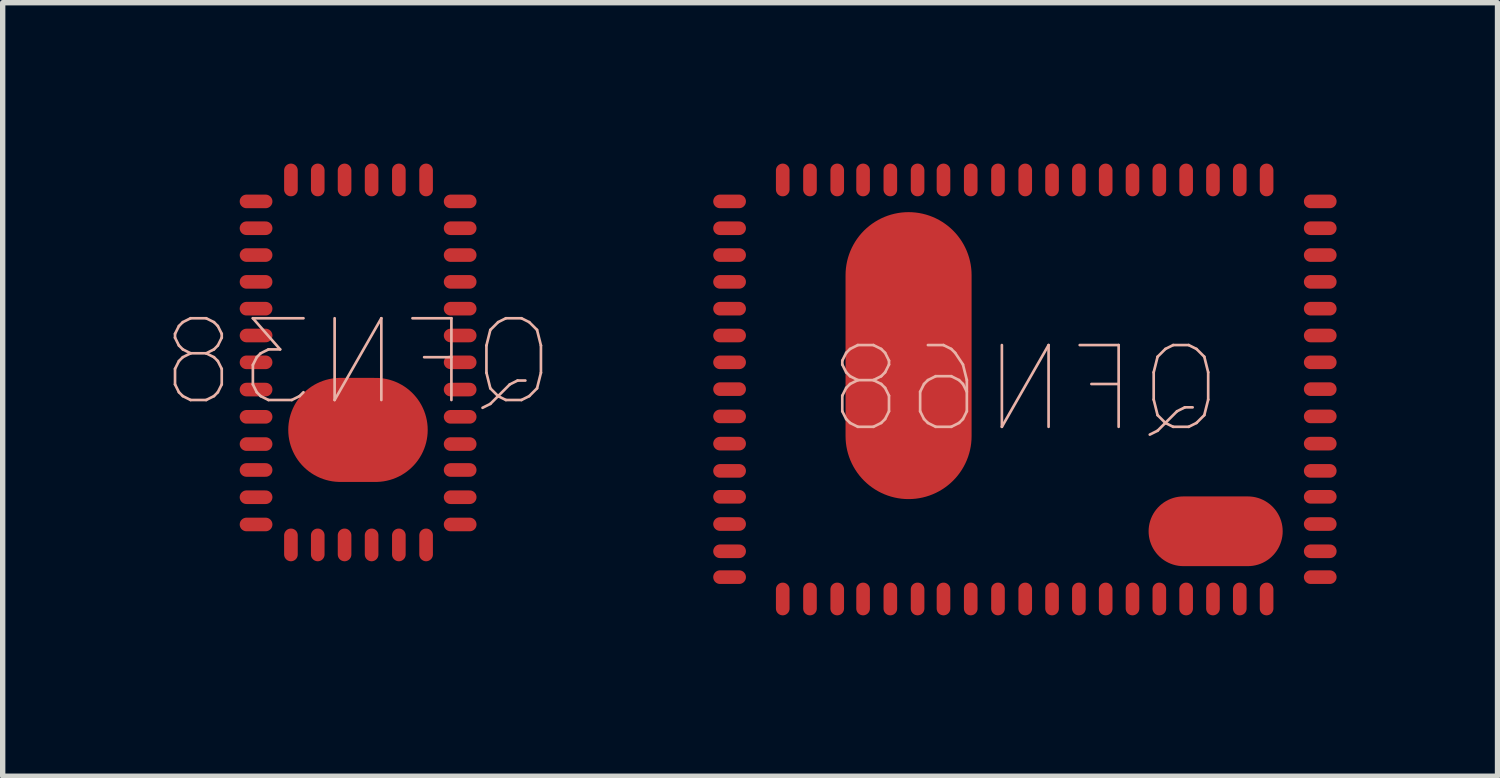
<source format=kicad_pcb>
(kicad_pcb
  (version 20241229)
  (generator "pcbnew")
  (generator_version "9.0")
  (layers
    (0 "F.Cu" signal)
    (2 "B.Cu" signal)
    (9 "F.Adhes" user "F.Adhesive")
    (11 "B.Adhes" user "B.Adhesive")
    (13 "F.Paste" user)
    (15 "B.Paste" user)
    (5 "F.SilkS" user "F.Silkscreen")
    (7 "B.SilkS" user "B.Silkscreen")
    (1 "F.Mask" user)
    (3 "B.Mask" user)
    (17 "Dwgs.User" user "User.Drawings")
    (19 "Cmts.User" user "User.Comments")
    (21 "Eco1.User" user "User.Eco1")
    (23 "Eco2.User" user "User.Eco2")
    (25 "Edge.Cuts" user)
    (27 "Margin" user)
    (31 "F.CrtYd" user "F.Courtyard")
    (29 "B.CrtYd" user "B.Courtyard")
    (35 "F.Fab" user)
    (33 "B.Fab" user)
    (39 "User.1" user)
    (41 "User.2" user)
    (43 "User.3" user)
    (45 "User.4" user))
  (footprint "QFN68"
    (layer "F.Cu")
    (at 16.064 4.205)
    (property "Reference" "QFN68" (at 0 0 0) (layer "B.SilkS") (effects (font (size 1.524 1.524) (thickness 0.05)) (justify mirror)))
    (attr smd)
    (pad "1" smd oval (at 5.5 3.505 180) (size 0.61 0.254) (layers "F.Cu" "F.Mask" "F.Paste"))
    (pad "2" smd oval (at 5.5 3.023 180) (size 0.61 0.254) (layers "F.Cu" "F.Mask" "F.Paste"))
    (pad "3" smd oval (at 5.5 2.515 180) (size 0.61 0.254) (layers "F.Cu" "F.Mask" "F.Paste"))
    (pad "4" smd oval (at 5.5 2.007 180) (size 0.61 0.254) (layers "F.Cu" "F.Mask" "F.Paste"))
    (pad "5" smd oval (at 5.5 1.524 180) (size 0.61 0.254) (layers "F.Cu" "F.Mask" "F.Paste"))
    (pad "6" smd oval (at 5.5 1.016 180) (size 0.61 0.254) (layers "F.Cu" "F.Mask" "F.Paste"))
    (pad "7" smd oval (at 5.5 0.508 180) (size 0.61 0.254) (layers "F.Cu" "F.Mask" "F.Paste"))
    (pad "8" smd oval (at 5.5 0 180) (size 0.61 0.254) (layers "F.Cu" "F.Mask" "F.Paste"))
    (pad "9" smd oval (at 5.5 -0.5 180) (size 0.61 0.254) (layers "F.Cu" "F.Mask" "F.Paste"))
    (pad "10" smd oval (at 5.5 -1 180) (size 0.61 0.254) (layers "F.Cu" "F.Mask" "F.Paste"))
    (pad "11" smd oval (at 5.5 -1.5 180) (size 0.61 0.254) (layers "F.Cu" "F.Mask" "F.Paste"))
    (pad "12" smd oval (at 5.5 -2 180) (size 0.61 0.254) (layers "F.Cu" "F.Mask" "F.Paste"))
    (pad "13" smd oval (at 5.5 -2.5 180) (size 0.61 0.254) (layers "F.Cu" "F.Mask" "F.Paste"))
    (pad "14" smd oval (at 5.5 -3 180) (size 0.61 0.254) (layers "F.Cu" "F.Mask" "F.Paste"))
    (pad "15" smd oval (at 5.5 -3.5 180) (size 0.61 0.254) (layers "F.Cu" "F.Mask" "F.Paste"))
    (pad "16" smd oval (at 4.5 -3.9 270) (size 0.61 0.254) (layers "F.Cu" "F.Mask" "F.Paste"))
    (pad "17" smd oval (at 4 -3.9 270) (size 0.61 0.254) (layers "F.Cu" "F.Mask" "F.Paste"))
    (pad "18" smd oval (at 3.5 -3.9 270) (size 0.61 0.254) (layers "F.Cu" "F.Mask" "F.Paste"))
    (pad "19" smd oval (at 3 -3.9 270) (size 0.61 0.254) (layers "F.Cu" "F.Mask" "F.Paste"))
    (pad "20" smd oval (at 2.5 -3.9 270) (size 0.61 0.254) (layers "F.Cu" "F.Mask" "F.Paste"))
    (pad "21" smd oval (at 2 -3.9 270) (size 0.61 0.254) (layers "F.Cu" "F.Mask" "F.Paste"))
    (pad "22" smd oval (at 1.5 -3.9 270) (size 0.61 0.254) (layers "F.Cu" "F.Mask" "F.Paste"))
    (pad "23" smd oval (at 1 -3.9 270) (size 0.61 0.254) (layers "F.Cu" "F.Mask" "F.Paste"))
    (pad "24" smd oval (at 0.5 -3.9 270) (size 0.61 0.254) (layers "F.Cu" "F.Mask" "F.Paste"))
    (pad "25" smd oval (at 0 -3.9 270) (size 0.61 0.254) (layers "F.Cu" "F.Mask" "F.Paste"))
    (pad "26" smd oval (at -0.508 -3.9 270) (size 0.61 0.254) (layers "F.Cu" "F.Mask" "F.Paste"))
    (pad "27" smd oval (at -1.016 -3.9 270) (size 0.61 0.254) (layers "F.Cu" "F.Mask" "F.Paste"))
    (pad "28" smd oval (at -1.524 -3.9 270) (size 0.61 0.254) (layers "F.Cu" "F.Mask" "F.Paste"))
    (pad "29" smd oval (at -2.007 -3.9 270) (size 0.61 0.254) (layers "F.Cu" "F.Mask" "F.Paste"))
    (pad "30" smd oval (at -2.515 -3.9 270) (size 0.61 0.254) (layers "F.Cu" "F.Mask" "F.Paste"))
    (pad "31" smd oval (at -3.023 -3.9 270) (size 0.61 0.254) (layers "F.Cu" "F.Mask" "F.Paste"))
    (pad "32" smd oval (at -3.505 -3.9 270) (size 0.61 0.254) (layers "F.Cu" "F.Mask" "F.Paste"))
    (pad "33" smd oval (at -4.013 -3.9 270) (size 0.61 0.254) (layers "F.Cu" "F.Mask" "F.Paste"))
    (pad "34" smd oval (at -4.521 -3.9 270) (size 0.61 0.254) (layers "F.Cu" "F.Mask" "F.Paste"))
    (pad "35" smd oval (at -5.512 -3.5) (size 0.61 0.254) (layers "F.Cu" "F.Mask" "F.Paste"))
    (pad "36" smd oval (at -5.512 -3) (size 0.61 0.254) (layers "F.Cu" "F.Mask" "F.Paste"))
    (pad "37" smd oval (at -5.512 -2.5) (size 0.61 0.254) (layers "F.Cu" "F.Mask" "F.Paste"))
    (pad "38" smd oval (at -5.512 -2) (size 0.61 0.254) (layers "F.Cu" "F.Mask" "F.Paste"))
    (pad "39" smd oval (at -5.512 -1.5) (size 0.61 0.254) (layers "F.Cu" "F.Mask" "F.Paste"))
    (pad "40" smd oval (at -5.512 -1) (size 0.61 0.254) (layers "F.Cu" "F.Mask" "F.Paste"))
    (pad "41" smd oval (at -5.512 -0.5) (size 0.61 0.254) (layers "F.Cu" "F.Mask" "F.Paste"))
    (pad "42" smd oval (at -5.512 0) (size 0.61 0.254) (layers "F.Cu" "F.Mask" "F.Paste"))
    (pad "43" smd oval (at -5.512 0.508) (size 0.61 0.254) (layers "F.Cu" "F.Mask" "F.Paste"))
    (pad "44" smd oval (at -5.512 1.016) (size 0.61 0.254) (layers "F.Cu" "F.Mask" "F.Paste"))
    (pad "45" smd oval (at -5.512 1.524) (size 0.61 0.254) (layers "F.Cu" "F.Mask" "F.Paste"))
    (pad "46" smd oval (at -5.512 2.007) (size 0.61 0.254) (layers "F.Cu" "F.Mask" "F.Paste"))
    (pad "47" smd oval (at -5.512 2.515) (size 0.61 0.254) (layers "F.Cu" "F.Mask" "F.Paste"))
    (pad "48" smd oval (at -5.512 3.023) (size 0.61 0.254) (layers "F.Cu" "F.Mask" "F.Paste"))
    (pad "49" smd oval (at -5.512 3.505) (size 0.61 0.254) (layers "F.Cu" "F.Mask" "F.Paste"))
    (pad "50" smd oval (at -4.521 3.912 90) (size 0.61 0.254) (layers "F.Cu" "F.Mask" "F.Paste"))
    (pad "51" smd oval (at -4.013 3.912 90) (size 0.61 0.254) (layers "F.Cu" "F.Mask" "F.Paste"))
    (pad "52" smd oval (at -3.505 3.912 90) (size 0.61 0.254) (layers "F.Cu" "F.Mask" "F.Paste"))
    (pad "53" smd oval (at -3.023 3.912 90) (size 0.61 0.254) (layers "F.Cu" "F.Mask" "F.Paste"))
    (pad "54" smd oval (at -2.515 3.912 90) (size 0.61 0.254) (layers "F.Cu" "F.Mask" "F.Paste"))
    (pad "55" smd oval (at -2.007 3.912 90) (size 0.61 0.254) (layers "F.Cu" "F.Mask" "F.Paste"))
    (pad "56" smd oval (at -1.524 3.912 90) (size 0.61 0.254) (layers "F.Cu" "F.Mask" "F.Paste"))
    (pad "57" smd oval (at -1.016 3.912 90) (size 0.61 0.254) (layers "F.Cu" "F.Mask" "F.Paste"))
    (pad "58" smd oval (at -0.508 3.912 90) (size 0.61 0.254) (layers "F.Cu" "F.Mask" "F.Paste"))
    (pad "59" smd oval (at 0 3.912 90) (size 0.61 0.254) (layers "F.Cu" "F.Mask" "F.Paste"))
    (pad "60" smd oval (at 0.5 3.912 90) (size 0.61 0.254) (layers "F.Cu" "F.Mask" "F.Paste"))
    (pad "61" smd oval (at 1 3.912 90) (size 0.61 0.254) (layers "F.Cu" "F.Mask" "F.Paste"))
    (pad "62" smd oval (at 1.5 3.912 90) (size 0.61 0.254) (layers "F.Cu" "F.Mask" "F.Paste"))
    (pad "63" smd oval (at 2 3.912 90) (size 0.61 0.254) (layers "F.Cu" "F.Mask" "F.Paste"))
    (pad "64" smd oval (at 2.5 3.912 90) (size 0.61 0.254) (layers "F.Cu" "F.Mask" "F.Paste"))
    (pad "65" smd oval (at 3 3.912 90) (size 0.61 0.254) (layers "F.Cu" "F.Mask" "F.Paste"))
    (pad "66" smd oval (at 3.5 3.912 90) (size 0.61 0.254) (layers "F.Cu" "F.Mask" "F.Paste"))
    (pad "67" smd oval (at 4 3.912 90) (size 0.61 0.254) (layers "F.Cu" "F.Mask" "F.Paste"))
    (pad "68" smd oval (at 4.5 3.912 90) (size 0.61 0.254) (layers "F.Cu" "F.Mask" "F.Paste"))
    (pad "PAD69" smd oval (at -2.175 -0.625 270) (size 5.35 2.35) (layers "F.Cu" "F.Mask" "F.Paste"))
    (pad "PAD70" smd oval (at 3.55 2.65 180) (size 2.5 1.3) (layers "F.Cu" "F.Mask" "F.Paste")))
  (footprint "QFN38"
    (layer "F.Cu")
    (at 3.624 3.705)
    (property "Reference" "QFN38" (at 0 0 0) (layer "B.SilkS") (effects (font (size 1.524 1.524) (thickness 0.05)) (justify mirror)))
    (attr smd)
    (pad "1" smd oval (at 1.27 -3.4 90) (size 0.61 0.254) (layers "F.Cu" "F.Mask" "F.Paste"))
    (pad "2" smd oval (at 0.762 -3.4 90) (size 0.61 0.254) (layers "F.Cu" "F.Mask" "F.Paste"))
    (pad "3" smd oval (at 0.254 -3.4 90) (size 0.61 0.254) (layers "F.Cu" "F.Mask" "F.Paste"))
    (pad "4" smd oval (at -0.25 -3.4 90) (size 0.61 0.254) (layers "F.Cu" "F.Mask" "F.Paste"))
    (pad "5" smd oval (at -0.75 -3.4 90) (size 0.61 0.254) (layers "F.Cu" "F.Mask" "F.Paste"))
    (pad "6" smd oval (at -1.25 -3.4 90) (size 0.61 0.254) (layers "F.Cu" "F.Mask" "F.Paste"))
    (pad "7" smd oval (at -1.9 -3) (size 0.61 0.254) (layers "F.Cu" "F.Mask" "F.Paste"))
    (pad "8" smd oval (at -1.9 -2.5) (size 0.61 0.254) (layers "F.Cu" "F.Mask" "F.Paste"))
    (pad "9" smd oval (at -1.9 -2) (size 0.61 0.254) (layers "F.Cu" "F.Mask" "F.Paste"))
    (pad "10" smd oval (at -1.9 -1.5) (size 0.61 0.254) (layers "F.Cu" "F.Mask" "F.Paste"))
    (pad "11" smd oval (at -1.9 -1) (size 0.61 0.254) (layers "F.Cu" "F.Mask" "F.Paste"))
    (pad "12" smd oval (at -1.9 -0.5) (size 0.61 0.254) (layers "F.Cu" "F.Mask" "F.Paste"))
    (pad "13" smd oval (at -1.9 0) (size 0.61 0.254) (layers "F.Cu" "F.Mask" "F.Paste"))
    (pad "14" smd oval (at -1.9 0.508) (size 0.61 0.254) (layers "F.Cu" "F.Mask" "F.Paste"))
    (pad "15" smd oval (at -1.9 1.016) (size 0.61 0.254) (layers "F.Cu" "F.Mask" "F.Paste"))
    (pad "16" smd oval (at -1.9 1.524) (size 0.61 0.254) (layers "F.Cu" "F.Mask" "F.Paste"))
    (pad "17" smd oval (at -1.9 2.007) (size 0.61 0.254) (layers "F.Cu" "F.Mask" "F.Paste"))
    (pad "18" smd oval (at -1.9 2.515) (size 0.61 0.254) (layers "F.Cu" "F.Mask" "F.Paste"))
    (pad "19" smd oval (at -1.9 3.023) (size 0.61 0.254) (layers "F.Cu" "F.Mask" "F.Paste"))
    (pad "20" smd oval (at -1.25 3.404 90) (size 0.61 0.254) (layers "F.Cu" "F.Mask" "F.Paste"))
    (pad "21" smd oval (at -0.75 3.404 90) (size 0.61 0.254) (layers "F.Cu" "F.Mask" "F.Paste"))
    (pad "22" smd oval (at -0.25 3.404 90) (size 0.61 0.254) (layers "F.Cu" "F.Mask" "F.Paste"))
    (pad "23" smd oval (at 0.254 3.404 90) (size 0.61 0.254) (layers "F.Cu" "F.Mask" "F.Paste"))
    (pad "24" smd oval (at 0.762 3.404 90) (size 0.61 0.254) (layers "F.Cu" "F.Mask" "F.Paste"))
    (pad "25" smd oval (at 1.27 3.404 90) (size 0.61 0.254) (layers "F.Cu" "F.Mask" "F.Paste"))
    (pad "26" smd oval (at 1.905 3.023 180) (size 0.61 0.254) (layers "F.Cu" "F.Mask" "F.Paste"))
    (pad "27" smd oval (at 1.905 2.515 180) (size 0.61 0.254) (layers "F.Cu" "F.Mask" "F.Paste"))
    (pad "28" smd oval (at 1.905 2.007 180) (size 0.61 0.254) (layers "F.Cu" "F.Mask" "F.Paste"))
    (pad "29" smd oval (at 1.905 1.524 180) (size 0.61 0.254) (layers "F.Cu" "F.Mask" "F.Paste"))
    (pad "30" smd oval (at 1.905 1.016 180) (size 0.61 0.254) (layers "F.Cu" "F.Mask" "F.Paste"))
    (pad "31" smd oval (at 1.905 0.508 180) (size 0.61 0.254) (layers "F.Cu" "F.Mask" "F.Paste"))
    (pad "32" smd oval (at 1.905 0 180) (size 0.61 0.254) (layers "F.Cu" "F.Mask" "F.Paste"))
    (pad "33" smd oval (at 1.905 -0.5 180) (size 0.61 0.254) (layers "F.Cu" "F.Mask" "F.Paste"))
    (pad "34" smd oval (at 1.905 -1 180) (size 0.61 0.254) (layers "F.Cu" "F.Mask" "F.Paste"))
    (pad "35" smd oval (at 1.905 -1.5 180) (size 0.61 0.254) (layers "F.Cu" "F.Mask" "F.Paste"))
    (pad "36" smd oval (at 1.905 -2 180) (size 0.61 0.254) (layers "F.Cu" "F.Mask" "F.Paste"))
    (pad "37" smd oval (at 1.905 -2.5 180) (size 0.61 0.254) (layers "F.Cu" "F.Mask" "F.Paste"))
    (pad "38" smd oval (at 1.905 -3 180) (size 0.61 0.254) (layers "F.Cu" "F.Mask" "F.Paste"))
    (pad "PAD39" smd oval (at 0 1.26) (size 2.6 1.94) (layers "F.Cu" "F.Mask" "F.Paste")))
  (gr_rect
    (start -3 -3)
    (end 24.869 11.421)
    (stroke (width 0.1) (type default))
    (fill no)
    (layer "Edge.Cuts")))
</source>
